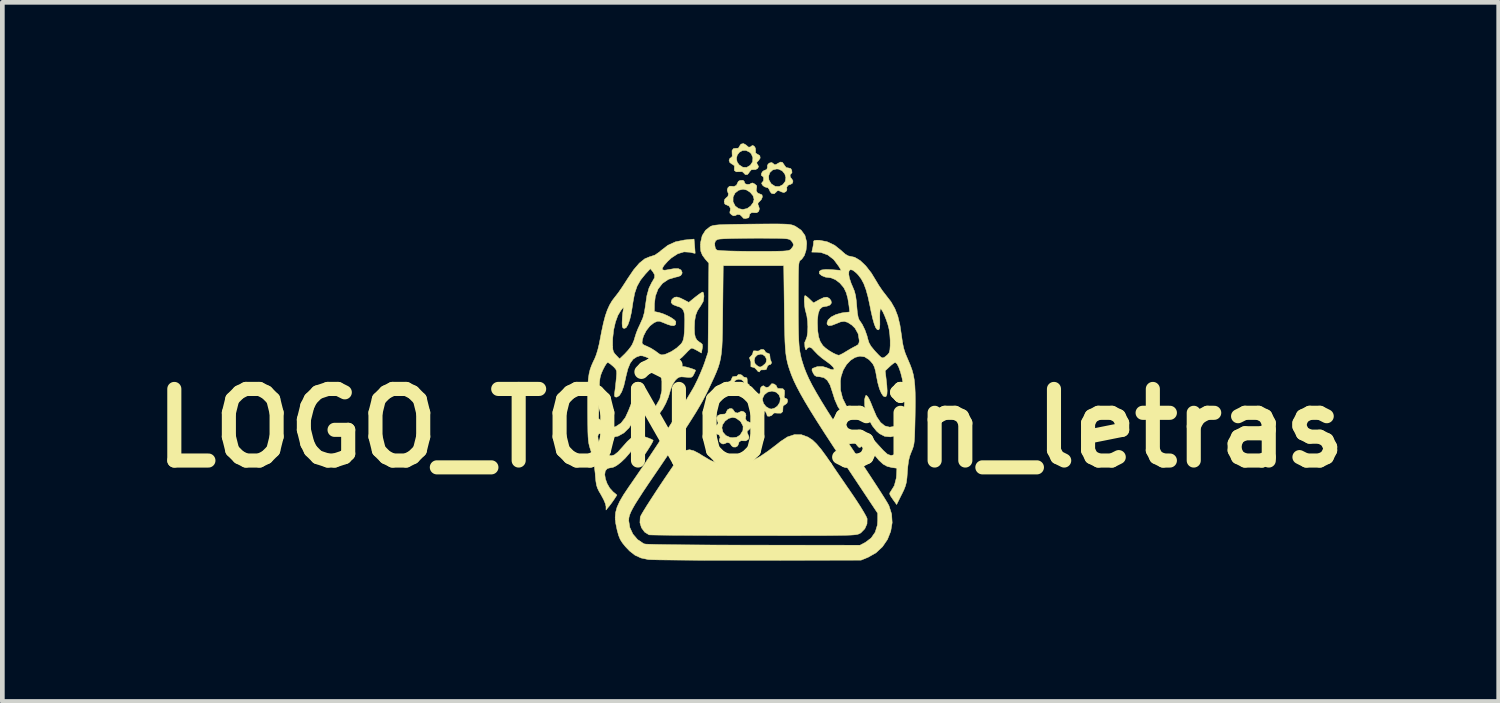
<source format=kicad_pcb>
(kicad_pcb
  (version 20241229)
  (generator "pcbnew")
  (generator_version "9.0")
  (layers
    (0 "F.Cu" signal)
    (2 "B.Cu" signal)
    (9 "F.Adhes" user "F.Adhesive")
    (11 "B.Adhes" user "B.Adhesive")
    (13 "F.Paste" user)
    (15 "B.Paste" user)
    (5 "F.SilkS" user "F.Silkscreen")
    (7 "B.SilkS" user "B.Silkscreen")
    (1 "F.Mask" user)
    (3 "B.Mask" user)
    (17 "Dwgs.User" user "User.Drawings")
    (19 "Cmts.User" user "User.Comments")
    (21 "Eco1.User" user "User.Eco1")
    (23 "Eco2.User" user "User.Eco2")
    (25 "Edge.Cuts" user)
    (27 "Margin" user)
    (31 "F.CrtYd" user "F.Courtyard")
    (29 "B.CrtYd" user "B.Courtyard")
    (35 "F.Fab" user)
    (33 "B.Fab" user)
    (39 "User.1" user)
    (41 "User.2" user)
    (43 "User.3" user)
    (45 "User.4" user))
  (footprint "LOGO_TOÑO_sin_letras"
    (layer "F.Cu")
    (at 12.925 6.063)
    (property "Reference" "LOGO_TOÑO_sin_letras" (at 0 0 0) (layer "F.SilkS") (effects (font (size 1.524 1.524) (thickness 0.3))))
    (attr through_hole)
    (fp_poly (pts (xy -1.438 -0.709) (xy -1.443 -0.681) (xy -1.472 -0.636) (xy -1.512 -0.59) (xy -1.551 -0.558) (xy -1.57 -0.553) (xy -1.601 -0.582) (xy -1.595 -0.626) (xy -1.557 -0.669) (xy -1.525 -0.687) (xy -1.47 -0.706) (xy -1.439 -0.71) (xy -1.438 -0.709)) (stroke (width 0.01) (type solid)) (fill yes) (layer "F.SilkS"))
    (fp_poly (pts (xy 0.271 -1.675) (xy 0.302 -1.654) (xy 0.305 -1.642) (xy 0.327 -1.61) (xy 0.362 -1.597) (xy 0.406 -1.578) (xy 0.413 -1.529) (xy 0.413 -1.528) (xy 0.419 -1.467) (xy 0.434 -1.434) (xy 0.449 -1.388) (xy 0.423 -1.354) (xy 0.394 -1.348) (xy 0.364 -1.326) (xy 0.351 -1.29) (xy 0.335 -1.249) (xy 0.292 -1.24) (xy 0.273 -1.241) (xy 0.223 -1.239) (xy 0.203 -1.222) (xy 0.19 -1.196) (xy 0.16 -1.206) (xy 0.127 -1.246) (xy 0.084 -1.287) (xy 0.047 -1.297) (xy 0.008 -1.307) (xy 0.007 -1.347) (xy 0.008 -1.35) (xy 0.007 -1.416) (xy -0.003 -1.441) (xy 0.078 -1.441) (xy 0.095 -1.375) (xy 0.133 -1.336) (xy 0.179 -1.306) (xy 0.207 -1.3) (xy 0.245 -1.317) (xy 0.255 -1.323) (xy 0.307 -1.367) (xy 0.332 -1.401) (xy 0.341 -1.464) (xy 0.313 -1.526) (xy 0.259 -1.568) (xy 0.217 -1.576) (xy 0.144 -1.556) (xy 0.095 -1.507) (xy 0.078 -1.441) (xy -0.003 -1.441) (xy -0.008 -1.454) (xy -0.024 -1.496) (xy -0.000363 -1.524) (xy 0.006 -1.528) (xy 0.043 -1.573) (xy 0.051 -1.606) (xy 0.06 -1.643) (xy 0.096 -1.646) (xy 0.113 -1.643) (xy 0.165 -1.64) (xy 0.191 -1.653) (xy 0.226 -1.675) (xy 0.271 -1.675)) (stroke (width 0.01) (type solid)) (fill yes) (layer "F.SilkS"))
    (fp_poly (pts (xy -0.182 -1.127) (xy -0.172 -1.112) (xy -0.141 -1.086) (xy -0.112 -1.081) (xy -0.077 -1.069) (xy -0.07 -1.026) (xy -0.071 -1.011) (xy -0.068 -0.96) (xy -0.052 -0.941) (xy -0.028 -0.924) (xy -0.031 -0.889) (xy -0.057 -0.858) (xy -0.065 -0.855) (xy -0.095 -0.821) (xy -0.097 -0.795) (xy -0.107 -0.758) (xy -0.143 -0.749) (xy -0.206 -0.734) (xy -0.235 -0.718) (xy -0.27 -0.702) (xy -0.307 -0.726) (xy -0.316 -0.736) (xy -0.362 -0.768) (xy -0.396 -0.771) (xy -0.423 -0.776) (xy -0.432 -0.822) (xy -0.432 -0.836) (xy -0.439 -0.891) (xy -0.445 -0.899) (xy -0.38 -0.899) (xy -0.359 -0.859) (xy -0.334 -0.836) (xy -0.281 -0.799) (xy -0.244 -0.793) (xy -0.197 -0.818) (xy -0.184 -0.828) (xy -0.141 -0.878) (xy -0.127 -0.926) (xy -0.147 -0.993) (xy -0.195 -1.032) (xy -0.258 -1.042) (xy -0.319 -1.021) (xy -0.363 -0.968) (xy -0.368 -0.957) (xy -0.38 -0.899) (xy -0.445 -0.899) (xy -0.457 -0.915) (xy -0.458 -0.915) (xy -0.48 -0.936) (xy -0.483 -0.953) (xy -0.464 -0.987) (xy -0.447 -0.992) (xy -0.415 -1.013) (xy -0.402 -1.049) (xy -0.382 -1.093) (xy -0.337 -1.1) (xy -0.292 -1.105) (xy -0.28 -1.119) (xy -0.261 -1.14) (xy -0.22 -1.142) (xy -0.182 -1.127)) (stroke (width 0.01) (type solid)) (fill yes) (layer "F.SilkS"))
    (fp_poly (pts (xy -0.097 -6.028) (xy -0.092 -6.023) (xy -0.04 -5.98) (xy 0.001 -5.986) (xy 0.013 -6) (xy 0.044 -6.018) (xy 0.078 -6.001) (xy 0.104 -5.96) (xy 0.108 -5.911) (xy 0.108 -5.858) (xy 0.141 -5.833) (xy 0.148 -5.831) (xy 0.198 -5.799) (xy 0.206 -5.749) (xy 0.171 -5.696) (xy 0.167 -5.692) (xy 0.133 -5.656) (xy 0.139 -5.624) (xy 0.15 -5.609) (xy 0.171 -5.568) (xy 0.152 -5.529) (xy 0.107 -5.503) (xy 0.079 -5.503) (xy 0.018 -5.5) (xy -0.026 -5.45) (xy -0.033 -5.435) (xy -0.067 -5.397) (xy -0.111 -5.396) (xy -0.144 -5.431) (xy -0.176 -5.46) (xy -0.227 -5.458) (xy -0.303 -5.456) (xy -0.344 -5.484) (xy -0.344 -5.539) (xy -0.344 -5.54) (xy -0.342 -5.584) (xy -0.379 -5.613) (xy -0.392 -5.618) (xy -0.441 -5.654) (xy -0.457 -5.702) (xy -0.44 -5.74) (xy -0.3 -5.74) (xy -0.284 -5.662) (xy -0.243 -5.605) (xy -0.163 -5.553) (xy -0.081 -5.55) (xy -0.005 -5.595) (xy 0.044 -5.67) (xy 0.05 -5.757) (xy 0.016 -5.839) (xy -0.018 -5.873) (xy -0.097 -5.911) (xy -0.173 -5.908) (xy -0.237 -5.872) (xy -0.282 -5.813) (xy -0.3 -5.74) (xy -0.44 -5.74) (xy -0.437 -5.744) (xy -0.417 -5.756) (xy -0.389 -5.785) (xy -0.392 -5.838) (xy -0.394 -5.908) (xy -0.362 -5.951) (xy -0.305 -5.957) (xy -0.303 -5.956) (xy -0.257 -5.96) (xy -0.238 -5.995) (xy -0.204 -6.045) (xy -0.151 -6.058) (xy -0.097 -6.028)) (stroke (width 0.01) (type solid)) (fill yes) (layer "F.SilkS"))
    (fp_poly (pts (xy 0.5 -0.94) (xy 0.502 -0.939) (xy 0.546 -0.907) (xy 0.559 -0.876) (xy 0.578 -0.845) (xy 0.617 -0.843) (xy 0.689 -0.839) (xy 0.723 -0.802) (xy 0.724 -0.728) (xy 0.723 -0.723) (xy 0.716 -0.663) (xy 0.73 -0.638) (xy 0.747 -0.636) (xy 0.781 -0.617) (xy 0.79 -0.576) (xy 0.775 -0.531) (xy 0.738 -0.501) (xy 0.735 -0.501) (xy 0.694 -0.473) (xy 0.69 -0.428) (xy 0.686 -0.354) (xy 0.649 -0.319) (xy 0.576 -0.319) (xy 0.574 -0.319) (xy 0.51 -0.324) (xy 0.479 -0.303) (xy 0.475 -0.295) (xy 0.446 -0.268) (xy 0.401 -0.253) (xy 0.362 -0.256) (xy 0.353 -0.267) (xy 0.346 -0.299) (xy 0.317 -0.355) (xy 0.265 -0.37) (xy 0.249 -0.367) (xy 0.195 -0.368) (xy 0.168 -0.41) (xy 0.17 -0.486) (xy 0.17 -0.488) (xy 0.171 -0.547) (xy 0.143 -0.574) (xy 0.112 -0.605) (xy 0.254 -0.605) (xy 0.276 -0.526) (xy 0.331 -0.457) (xy 0.403 -0.414) (xy 0.445 -0.407) (xy 0.508 -0.424) (xy 0.571 -0.467) (xy 0.573 -0.469) (xy 0.624 -0.549) (xy 0.634 -0.633) (xy 0.606 -0.709) (xy 0.547 -0.765) (xy 0.46 -0.788) (xy 0.453 -0.788) (xy 0.364 -0.767) (xy 0.294 -0.711) (xy 0.257 -0.634) (xy 0.254 -0.605) (xy 0.112 -0.605) (xy 0.109 -0.607) (xy 0.101 -0.655) (xy 0.118 -0.697) (xy 0.153 -0.712) (xy 0.192 -0.722) (xy 0.207 -0.762) (xy 0.205 -0.816) (xy 0.216 -0.86) (xy 0.246 -0.893) (xy 0.278 -0.902) (xy 0.292 -0.891) (xy 0.332 -0.866) (xy 0.383 -0.874) (xy 0.422 -0.912) (xy 0.422 -0.913) (xy 0.451 -0.946) (xy 0.5 -0.94)) (stroke (width 0.01) (type solid)) (fill yes) (layer "F.SilkS"))
    (fp_poly (pts (xy 0.678 -5.658) (xy 0.712 -5.611) (xy 0.718 -5.6) (xy 0.758 -5.547) (xy 0.806 -5.538) (xy 0.856 -5.526) (xy 0.878 -5.488) (xy 0.883 -5.437) (xy 0.868 -5.421) (xy 0.842 -5.391) (xy 0.847 -5.344) (xy 0.879 -5.303) (xy 0.904 -5.261) (xy 0.893 -5.215) (xy 0.852 -5.188) (xy 0.839 -5.187) (xy 0.795 -5.167) (xy 0.77 -5.124) (xy 0.775 -5.086) (xy 0.769 -5.055) (xy 0.749 -5.033) (xy 0.71 -5.014) (xy 0.661 -5.028) (xy 0.645 -5.036) (xy 0.595 -5.057) (xy 0.565 -5.047) (xy 0.548 -5.027) (xy 0.504 -4.988) (xy 0.455 -4.995) (xy 0.442 -5.003) (xy 0.413 -5.042) (xy 0.403 -5.072) (xy 0.373 -5.115) (xy 0.343 -5.123) (xy 0.298 -5.137) (xy 0.259 -5.168) (xy 0.237 -5.204) (xy 0.244 -5.229) (xy 0.249 -5.232) (xy 0.272 -5.259) (xy 0.279 -5.306) (xy 0.272 -5.349) (xy 0.252 -5.365) (xy 0.25 -5.367) (xy 0.385 -5.367) (xy 0.392 -5.283) (xy 0.438 -5.204) (xy 0.444 -5.198) (xy 0.525 -5.146) (xy 0.612 -5.143) (xy 0.689 -5.184) (xy 0.74 -5.253) (xy 0.752 -5.333) (xy 0.729 -5.411) (xy 0.676 -5.476) (xy 0.599 -5.513) (xy 0.557 -5.517) (xy 0.472 -5.496) (xy 0.413 -5.442) (xy 0.385 -5.367) (xy 0.25 -5.367) (xy 0.229 -5.381) (xy 0.232 -5.418) (xy 0.254 -5.459) (xy 0.29 -5.485) (xy 0.299 -5.487) (xy 0.346 -5.506) (xy 0.361 -5.553) (xy 0.358 -5.586) (xy 0.375 -5.621) (xy 0.403 -5.643) (xy 0.452 -5.654) (xy 0.484 -5.631) (xy 0.513 -5.606) (xy 0.547 -5.614) (xy 0.575 -5.631) (xy 0.637 -5.664) (xy 0.678 -5.658)) (stroke (width 0.01) (type solid)) (fill yes) (layer "F.SilkS"))
    (fp_poly (pts (xy -0.395 -0.415) (xy -0.364 -0.385) (xy -0.363 -0.381) (xy -0.331 -0.336) (xy -0.279 -0.321) (xy -0.231 -0.341) (xy -0.227 -0.345) (xy -0.187 -0.362) (xy -0.14 -0.346) (xy -0.104 -0.311) (xy -0.096 -0.267) (xy -0.1 -0.257) (xy -0.108 -0.198) (xy -0.079 -0.148) (xy -0.024 -0.127) (xy -0.024 -0.127) (xy 0.015 -0.109) (xy 0.026 -0.065) (xy 0.01 -0.013) (xy -0.032 0.032) (xy -0.07 0.063) (xy -0.071 0.097) (xy -0.053 0.136) (xy -0.031 0.189) (xy -0.041 0.228) (xy -0.052 0.242) (xy -0.101 0.271) (xy -0.134 0.27) (xy -0.204 0.268) (xy -0.246 0.298) (xy -0.254 0.331) (xy -0.274 0.378) (xy -0.319 0.403) (xy -0.37 0.401) (xy -0.408 0.371) (xy -0.414 0.356) (xy -0.446 0.316) (xy -0.499 0.306) (xy -0.549 0.33) (xy -0.586 0.339) (xy -0.629 0.32) (xy -0.662 0.285) (xy -0.666 0.249) (xy -0.662 0.242) (xy -0.646 0.192) (xy -0.67 0.145) (xy -0.72 0.122) (xy -0.769 0.096) (xy -0.784 0.046) (xy -0.768 -0.006) (xy -0.61 -0.006) (xy -0.587 0.086) (xy -0.525 0.157) (xy -0.435 0.198) (xy -0.381 0.203) (xy -0.296 0.193) (xy -0.232 0.154) (xy -0.215 0.136) (xy -0.162 0.049) (xy -0.158 -0.042) (xy -0.205 -0.131) (xy -0.227 -0.155) (xy -0.312 -0.215) (xy -0.381 -0.229) (xy -0.466 -0.207) (xy -0.542 -0.15) (xy -0.595 -0.073) (xy -0.61 -0.006) (xy -0.768 -0.006) (xy -0.766 -0.013) (xy -0.733 -0.05) (xy -0.694 -0.09) (xy -0.692 -0.125) (xy -0.706 -0.151) (xy -0.723 -0.215) (xy -0.697 -0.267) (xy -0.635 -0.294) (xy -0.6 -0.296) (xy -0.542 -0.301) (xy -0.517 -0.33) (xy -0.513 -0.347) (xy -0.489 -0.391) (xy -0.443 -0.416) (xy -0.395 -0.415)) (stroke (width 0.01) (type solid)) (fill yes) (layer "F.SilkS"))
    (fp_poly (pts (xy -0.129 -5.244) (xy -0.127 -5.223) (xy -0.107 -5.197) (xy -0.06 -5.187) (xy -0.012 -5.194) (xy 0.013 -5.212) (xy 0.044 -5.219) (xy 0.09 -5.196) (xy 0.132 -5.158) (xy 0.131 -5.119) (xy 0.129 -5.115) (xy 0.121 -5.057) (xy 0.149 -5.006) (xy 0.202 -4.983) (xy 0.204 -4.983) (xy 0.244 -4.966) (xy 0.253 -4.923) (xy 0.232 -4.869) (xy 0.197 -4.83) (xy 0.159 -4.791) (xy 0.159 -4.755) (xy 0.172 -4.73) (xy 0.189 -4.669) (xy 0.174 -4.615) (xy 0.133 -4.585) (xy 0.097 -4.585) (xy 0.025 -4.588) (xy -0.017 -4.558) (xy -0.025 -4.523) (xy -0.036 -4.483) (xy -0.049 -4.475) (xy -0.092 -4.466) (xy -0.11 -4.46) (xy -0.152 -4.468) (xy -0.177 -4.498) (xy -0.223 -4.542) (xy -0.282 -4.548) (xy -0.32 -4.526) (xy -0.361 -4.519) (xy -0.402 -4.54) (xy -0.44 -4.578) (xy -0.437 -4.618) (xy -0.432 -4.627) (xy -0.428 -4.681) (xy -0.459 -4.729) (xy -0.514 -4.754) (xy -0.523 -4.755) (xy -0.55 -4.775) (xy -0.559 -4.82) (xy -0.559 -4.822) (xy -0.372 -4.822) (xy -0.371 -4.817) (xy -0.326 -4.728) (xy -0.253 -4.673) (xy -0.164 -4.654) (xy -0.072 -4.675) (xy 0.002 -4.727) (xy 0.056 -4.8) (xy 0.076 -4.869) (xy 0.054 -4.947) (xy -0.005 -5.018) (xy -0.084 -5.069) (xy -0.159 -5.085) (xy -0.255 -5.063) (xy -0.329 -5.004) (xy -0.371 -4.92) (xy -0.372 -4.822) (xy -0.559 -4.822) (xy -0.55 -4.868) (xy -0.523 -4.897) (xy -0.48 -4.935) (xy -0.47 -4.99) (xy -0.484 -5.023) (xy -0.497 -5.068) (xy -0.481 -5.117) (xy -0.447 -5.149) (xy -0.414 -5.15) (xy -0.352 -5.144) (xy -0.3 -5.168) (xy -0.28 -5.211) (xy -0.258 -5.254) (xy -0.224 -5.272) (xy -0.159 -5.276) (xy -0.129 -5.244)) (stroke (width 0.01) (type solid)) (fill yes) (layer "F.SilkS"))
    (fp_poly (pts (xy 1.081 0.139) (xy 1.224 0.191) (xy 1.322 0.256) (xy 1.406 0.337) (xy 1.507 0.457) (xy 1.619 0.61) (xy 1.65 0.655) (xy 1.731 0.773) (xy 1.831 0.921) (xy 1.943 1.084) (xy 2.057 1.25) (xy 2.159 1.398) (xy 2.255 1.541) (xy 2.34 1.672) (xy 2.408 1.784) (xy 2.457 1.871) (xy 2.481 1.924) (xy 2.482 1.929) (xy 2.479 2.037) (xy 2.433 2.141) (xy 2.352 2.225) (xy 2.333 2.238) (xy 2.317 2.246) (xy 2.299 2.254) (xy 2.275 2.261) (xy 2.242 2.267) (xy 2.197 2.272) (xy 2.136 2.276) (xy 2.056 2.279) (xy 1.954 2.281) (xy 1.826 2.283) (xy 1.67 2.285) (xy 1.481 2.286) (xy 1.257 2.286) (xy 0.995 2.287) (xy 0.69 2.287) (xy 0.34 2.286) (xy 0.064 2.286) (xy -0.266 2.286) (xy -0.581 2.285) (xy -0.879 2.284) (xy -1.155 2.283) (xy -1.405 2.281) (xy -1.626 2.28) (xy -1.814 2.278) (xy -1.965 2.276) (xy -2.076 2.274) (xy -2.143 2.272) (xy -2.161 2.27) (xy -2.254 2.212) (xy -2.321 2.12) (xy -2.354 2.012) (xy -2.348 1.9) (xy -2.342 1.88) (xy -2.32 1.836) (xy -2.273 1.757) (xy -2.207 1.65) (xy -2.124 1.521) (xy -2.031 1.378) (xy -1.931 1.226) (xy -1.829 1.074) (xy -1.729 0.927) (xy -1.637 0.792) (xy -1.555 0.676) (xy -1.49 0.586) (xy -1.446 0.529) (xy -1.432 0.515) (xy -1.367 0.471) (xy -1.294 0.46) (xy -1.207 0.482) (xy -1.097 0.539) (xy -1.025 0.585) (xy -0.856 0.685) (xy -0.7 0.749) (xy -0.54 0.78) (xy -0.36 0.784) (xy -0.343 0.783) (xy -0.205 0.768) (xy -0.073 0.735) (xy 0.062 0.681) (xy 0.206 0.602) (xy 0.367 0.493) (xy 0.552 0.353) (xy 0.634 0.287) (xy 0.786 0.187) (xy 0.935 0.138) (xy 1.081 0.139)) (stroke (width 0.01) (type solid)) (fill yes) (layer "F.SilkS"))
    (fp_poly (pts (xy 0.579 -4.346) (xy 0.687 -4.344) (xy 0.768 -4.341) (xy 0.828 -4.335) (xy 0.873 -4.327) (xy 0.908 -4.317) (xy 0.941 -4.303) (xy 0.956 -4.296) (xy 1.079 -4.212) (xy 1.158 -4.103) (xy 1.193 -3.967) (xy 1.195 -3.922) (xy 1.182 -3.787) (xy 1.146 -3.675) (xy 1.091 -3.597) (xy 1.07 -3.58) (xy 1.056 -3.57) (xy 1.045 -3.556) (xy 1.036 -3.532) (xy 1.029 -3.494) (xy 1.024 -3.436) (xy 1.021 -3.353) (xy 1.019 -3.241) (xy 1.018 -3.093) (xy 1.017 -2.905) (xy 1.017 -2.672) (xy 1.017 -2.652) (xy 1.017 -2.396) (xy 1.019 -2.185) (xy 1.022 -2.011) (xy 1.027 -1.868) (xy 1.035 -1.749) (xy 1.047 -1.649) (xy 1.063 -1.56) (xy 1.083 -1.476) (xy 1.109 -1.39) (xy 1.14 -1.296) (xy 1.141 -1.292) (xy 1.184 -1.181) (xy 1.239 -1.057) (xy 1.31 -0.917) (xy 1.399 -0.758) (xy 1.507 -0.575) (xy 1.636 -0.366) (xy 1.789 -0.127) (xy 1.968 0.146) (xy 2.175 0.457) (xy 2.182 0.467) (xy 2.322 0.677) (xy 2.456 0.88) (xy 2.58 1.069) (xy 2.692 1.24) (xy 2.787 1.388) (xy 2.863 1.508) (xy 2.917 1.597) (xy 2.945 1.648) (xy 2.946 1.649) (xy 3.003 1.828) (xy 3.015 2.013) (xy 2.984 2.196) (xy 2.915 2.369) (xy 2.809 2.524) (xy 2.671 2.653) (xy 2.504 2.748) (xy 2.497 2.751) (xy 2.352 2.81) (xy 0.165 2.813) (xy -0.168 2.813) (xy -0.489 2.813) (xy -0.794 2.813) (xy -1.08 2.812) (xy -1.341 2.81) (xy -1.575 2.808) (xy -1.776 2.806) (xy -1.942 2.804) (xy -2.068 2.801) (xy -2.149 2.798) (xy -2.178 2.796) (xy -2.33 2.764) (xy -2.457 2.706) (xy -2.574 2.615) (xy -2.659 2.526) (xy -2.727 2.442) (xy -2.773 2.369) (xy -2.807 2.286) (xy -2.838 2.174) (xy -2.841 2.161) (xy -2.869 2.026) (xy -2.875 1.967) (xy -2.593 1.967) (xy -2.569 2.115) (xy -2.504 2.255) (xy -2.404 2.372) (xy -2.28 2.455) (xy -2.259 2.464) (xy -2.224 2.469) (xy -2.14 2.472) (xy -2.011 2.476) (xy -1.838 2.479) (xy -1.626 2.482) (xy -1.375 2.484) (xy -1.09 2.486) (xy -0.772 2.488) (xy -0.424 2.489) (xy -0.048 2.49) (xy 0.066 2.49) (xy 2.331 2.492) (xy 2.443 2.433) (xy 2.567 2.34) (xy 2.654 2.215) (xy 2.7 2.064) (xy 2.707 1.969) (xy 2.707 1.812) (xy 1.965 0.696) (xy 1.752 0.374) (xy 1.567 0.09) (xy 1.407 -0.16) (xy 1.271 -0.378) (xy 1.157 -0.568) (xy 1.063 -0.733) (xy 0.986 -0.878) (xy 0.925 -1.004) (xy 0.878 -1.115) (xy 0.867 -1.144) (xy 0.833 -1.239) (xy 0.805 -1.324) (xy 0.783 -1.407) (xy 0.765 -1.494) (xy 0.751 -1.591) (xy 0.741 -1.705) (xy 0.733 -1.842) (xy 0.728 -2.009) (xy 0.723 -2.212) (xy 0.72 -2.457) (xy 0.719 -2.536) (xy 0.707 -3.458) (xy -0.581 -3.458) (xy -0.591 -2.511) (xy -0.594 -2.253) (xy -0.597 -2.038) (xy -0.602 -1.861) (xy -0.609 -1.715) (xy -0.621 -1.591) (xy -0.637 -1.485) (xy -0.659 -1.388) (xy -0.688 -1.294) (xy -0.726 -1.196) (xy -0.773 -1.087) (xy -0.832 -0.961) (xy -0.865 -0.89) (xy -0.915 -0.784) (xy -0.968 -0.679) (xy -1.025 -0.572) (xy -1.09 -0.458) (xy -1.165 -0.332) (xy -1.253 -0.192) (xy -1.356 -0.031) (xy -1.478 0.154) (xy -1.62 0.366) (xy -1.785 0.611) (xy -1.976 0.893) (xy -2.017 0.953) (xy -2.164 1.169) (xy -2.284 1.348) (xy -2.379 1.495) (xy -2.454 1.613) (xy -2.509 1.709) (xy -2.548 1.785) (xy -2.573 1.848) (xy -2.587 1.9) (xy -2.593 1.948) (xy -2.593 1.967) (xy -2.875 1.967) (xy -2.881 1.907) (xy -2.872 1.796) (xy -2.841 1.683) (xy -2.785 1.56) (xy -2.702 1.418) (xy -2.588 1.248) (xy -2.56 1.208) (xy -2.435 1.027) (xy -2.299 0.828) (xy -2.157 0.616) (xy -2.011 0.397) (xy -1.867 0.177) (xy -1.726 -0.039) (xy -1.594 -0.244) (xy -1.473 -0.434) (xy -1.368 -0.602) (xy -1.282 -0.744) (xy -1.218 -0.853) (xy -1.191 -0.903) (xy -1.125 -1.037) (xy -1.061 -1.182) (xy -1.006 -1.316) (xy -0.976 -1.398) (xy -0.904 -1.615) (xy -0.895 -2.563) (xy -0.887 -3.511) (xy -0.964 -3.599) (xy -1.025 -3.682) (xy -1.058 -3.765) (xy -1.067 -3.867) (xy -1.065 -3.905) (xy -0.763 -3.905) (xy -0.748 -3.825) (xy -0.718 -3.79) (xy -0.679 -3.783) (xy -0.593 -3.776) (xy -0.464 -3.771) (xy -0.296 -3.767) (xy -0.092 -3.764) (xy 0.07 -3.764) (xy 0.284 -3.764) (xy 0.454 -3.764) (xy 0.584 -3.766) (xy 0.68 -3.768) (xy 0.749 -3.773) (xy 0.797 -3.779) (xy 0.828 -3.788) (xy 0.849 -3.8) (xy 0.864 -3.814) (xy 0.902 -3.864) (xy 0.915 -3.903) (xy 0.898 -3.948) (xy 0.864 -3.992) (xy 0.847 -4.007) (xy 0.825 -4.018) (xy 0.792 -4.027) (xy 0.743 -4.033) (xy 0.671 -4.038) (xy 0.57 -4.041) (xy 0.434 -4.042) (xy 0.259 -4.043) (xy 0.091 -4.043) (xy -0.107 -4.042) (xy -0.286 -4.039) (xy -0.442 -4.036) (xy -0.567 -4.031) (xy -0.654 -4.025) (xy -0.697 -4.018) (xy -0.698 -4.018) (xy -0.744 -3.989) (xy -0.761 -3.94) (xy -0.763 -3.905) (xy -1.065 -3.905) (xy -1.063 -3.951) (xy -1.029 -4.097) (xy -0.956 -4.213) (xy -0.856 -4.291) (xy -0.828 -4.303) (xy -0.792 -4.313) (xy -0.741 -4.321) (xy -0.67 -4.328) (xy -0.573 -4.332) (xy -0.444 -4.336) (xy -0.279 -4.339) (xy -0.071 -4.342) (xy 0.034 -4.343) (xy 0.258 -4.345) (xy 0.438 -4.346) (xy 0.579 -4.346)) (stroke (width 0.01) (type solid)) (fill yes) (layer "F.SilkS"))
    (fp_poly (pts (xy 1.467 -3.999) (xy 1.629 -3.968) (xy 1.789 -3.893) (xy 1.933 -3.778) (xy 1.946 -3.765) (xy 2.019 -3.701) (xy 2.082 -3.666) (xy 2.105 -3.661) (xy 2.216 -3.637) (xy 2.334 -3.567) (xy 2.453 -3.454) (xy 2.571 -3.303) (xy 2.662 -3.153) (xy 2.729 -3.041) (xy 2.807 -2.926) (xy 2.88 -2.831) (xy 2.885 -2.825) (xy 2.991 -2.687) (xy 3.073 -2.543) (xy 3.135 -2.383) (xy 3.18 -2.196) (xy 3.214 -1.97) (xy 3.214 -1.969) (xy 3.235 -1.82) (xy 3.26 -1.701) (xy 3.295 -1.59) (xy 3.347 -1.467) (xy 3.352 -1.456) (xy 3.399 -1.345) (xy 3.437 -1.242) (xy 3.465 -1.14) (xy 3.485 -1.029) (xy 3.498 -0.902) (xy 3.505 -0.752) (xy 3.507 -0.569) (xy 3.505 -0.346) (xy 3.504 -0.272) (xy 3.5 -0.079) (xy 3.496 0.071) (xy 3.492 0.186) (xy 3.486 0.272) (xy 3.478 0.337) (xy 3.466 0.39) (xy 3.451 0.437) (xy 3.431 0.487) (xy 3.424 0.502) (xy 3.388 0.598) (xy 3.364 0.697) (xy 3.348 0.818) (xy 3.339 0.93) (xy 3.33 1.056) (xy 3.318 1.15) (xy 3.298 1.228) (xy 3.266 1.31) (xy 3.217 1.412) (xy 3.216 1.412) (xy 3.11 1.626) (xy 3.027 1.511) (xy 2.981 1.443) (xy 2.962 1.401) (xy 2.968 1.371) (xy 2.982 1.352) (xy 3.061 1.224) (xy 3.102 1.065) (xy 3.108 1.001) (xy 3.115 0.853) (xy 3.01 0.838) (xy 2.909 0.814) (xy 2.821 0.765) (xy 2.733 0.683) (xy 2.678 0.618) (xy 2.576 0.497) (xy 2.496 0.411) (xy 2.441 0.365) (xy 2.419 0.356) (xy 2.382 0.372) (xy 2.355 0.394) (xy 2.327 0.414) (xy 2.3 0.404) (xy 2.261 0.359) (xy 2.252 0.347) (xy 2.211 0.288) (xy 2.188 0.244) (xy 2.187 0.235) (xy 2.209 0.207) (xy 2.268 0.181) (xy 2.346 0.161) (xy 2.43 0.153) (xy 2.435 0.153) (xy 2.476 0.156) (xy 2.514 0.169) (xy 2.559 0.198) (xy 2.614 0.247) (xy 2.687 0.323) (xy 2.785 0.43) (xy 2.829 0.478) (xy 2.914 0.555) (xy 2.99 0.583) (xy 3.063 0.564) (xy 3.116 0.522) (xy 3.172 0.449) (xy 3.224 0.351) (xy 3.263 0.251) (xy 3.28 0.168) (xy 3.28 0.163) (xy 3.277 0.116) (xy 3.273 0.102) (xy 3.247 0.109) (xy 3.187 0.13) (xy 3.119 0.153) (xy 2.978 0.186) (xy 2.856 0.174) (xy 2.745 0.117) (xy 2.682 0.062) (xy 2.592 -0.051) (xy 2.517 -0.187) (xy 2.462 -0.334) (xy 2.43 -0.478) (xy 2.428 -0.604) (xy 2.436 -0.644) (xy 2.451 -0.692) (xy 2.469 -0.696) (xy 2.495 -0.669) (xy 2.522 -0.624) (xy 2.558 -0.546) (xy 2.597 -0.449) (xy 2.608 -0.421) (xy 2.683 -0.246) (xy 2.767 -0.122) (xy 2.859 -0.047) (xy 2.961 -0.021) (xy 3.051 -0.035) (xy 3.145 -0.091) (xy 3.215 -0.191) (xy 3.258 -0.333) (xy 3.277 -0.519) (xy 3.271 -0.749) (xy 3.27 -0.773) (xy 3.252 -0.922) (xy 3.226 -1.064) (xy 3.193 -1.192) (xy 3.156 -1.295) (xy 3.119 -1.367) (xy 3.083 -1.398) (xy 3.078 -1.398) (xy 3.047 -1.382) (xy 2.995 -1.341) (xy 2.96 -1.309) (xy 2.866 -1.22) (xy 2.885 -1.062) (xy 2.902 -0.906) (xy 2.908 -0.795) (xy 2.904 -0.722) (xy 2.889 -0.681) (xy 2.866 -0.666) (xy 2.826 -0.683) (xy 2.785 -0.743) (xy 2.744 -0.839) (xy 2.709 -0.965) (xy 2.684 -1.09) (xy 2.662 -1.212) (xy 2.638 -1.299) (xy 2.605 -1.365) (xy 2.556 -1.424) (xy 2.519 -1.461) (xy 2.428 -1.518) (xy 2.328 -1.532) (xy 2.227 -1.506) (xy 2.13 -1.445) (xy 2.044 -1.354) (xy 1.974 -1.238) (xy 1.928 -1.102) (xy 1.913 -1.005) (xy 1.916 -0.811) (xy 1.961 -0.632) (xy 2.048 -0.458) (xy 2.104 -0.363) (xy 2.129 -0.302) (xy 2.126 -0.268) (xy 2.095 -0.255) (xy 2.077 -0.254) (xy 2.004 -0.279) (xy 1.93 -0.349) (xy 1.859 -0.459) (xy 1.795 -0.604) (xy 1.742 -0.771) (xy 1.694 -0.917) (xy 1.635 -1.017) (xy 1.564 -1.074) (xy 1.476 -1.093) (xy 1.473 -1.093) (xy 1.403 -1.1) (xy 1.361 -1.127) (xy 1.333 -1.173) (xy 1.308 -1.23) (xy 1.311 -1.261) (xy 1.326 -1.274) (xy 1.423 -1.31) (xy 1.534 -1.312) (xy 1.618 -1.287) (xy 1.71 -1.25) (xy 1.764 -1.243) (xy 1.78 -1.261) (xy 1.758 -1.301) (xy 1.699 -1.359) (xy 1.612 -1.424) (xy 1.519 -1.492) (xy 1.433 -1.566) (xy 1.371 -1.63) (xy 1.368 -1.633) (xy 1.303 -1.703) (xy 1.251 -1.726) (xy 1.211 -1.704) (xy 1.198 -1.685) (xy 1.181 -1.665) (xy 1.168 -1.684) (xy 1.157 -1.734) (xy 1.153 -1.823) (xy 1.18 -1.886) (xy 1.202 -1.947) (xy 1.216 -2.043) (xy 1.22 -2.159) (xy 1.214 -2.279) (xy 1.199 -2.388) (xy 1.182 -2.454) (xy 1.164 -2.522) (xy 1.151 -2.606) (xy 1.145 -2.693) (xy 1.145 -2.766) (xy 1.153 -2.813) (xy 1.162 -2.822) (xy 1.19 -2.806) (xy 1.238 -2.765) (xy 1.26 -2.744) (xy 1.341 -2.666) (xy 1.47 -2.738) (xy 1.562 -2.781) (xy 1.628 -2.788) (xy 1.679 -2.759) (xy 1.713 -2.715) (xy 1.722 -2.664) (xy 1.69 -2.62) (xy 1.628 -2.596) (xy 1.601 -2.593) (xy 1.525 -2.577) (xy 1.472 -2.527) (xy 1.44 -2.437) (xy 1.425 -2.305) (xy 1.424 -2.24) (xy 1.43 -2.073) (xy 1.449 -1.945) (xy 1.483 -1.845) (xy 1.536 -1.762) (xy 1.543 -1.754) (xy 1.597 -1.704) (xy 1.673 -1.649) (xy 1.757 -1.599) (xy 1.833 -1.563) (xy 1.88 -1.551) (xy 1.914 -1.564) (xy 1.976 -1.596) (xy 2.04 -1.635) (xy 2.124 -1.685) (xy 2.202 -1.728) (xy 2.244 -1.749) (xy 2.293 -1.78) (xy 2.312 -1.829) (xy 2.314 -1.869) (xy 2.291 -2.008) (xy 2.225 -2.127) (xy 2.158 -2.193) (xy 2.069 -2.251) (xy 1.995 -2.273) (xy 1.917 -2.262) (xy 1.831 -2.227) (xy 1.73 -2.188) (xy 1.664 -2.181) (xy 1.632 -2.208) (xy 1.627 -2.238) (xy 1.651 -2.304) (xy 1.717 -2.366) (xy 1.814 -2.416) (xy 1.935 -2.451) (xy 1.985 -2.459) (xy 2.111 -2.473) (xy 2.096 -2.603) (xy 2.071 -2.761) (xy 2.038 -2.881) (xy 1.992 -2.978) (xy 1.976 -3.002) (xy 1.899 -3.091) (xy 1.806 -3.161) (xy 1.714 -3.199) (xy 1.676 -3.204) (xy 1.593 -3.215) (xy 1.518 -3.245) (xy 1.47 -3.284) (xy 1.469 -3.287) (xy 2.089 -3.287) (xy 2.104 -3.196) (xy 2.143 -3.079) (xy 2.174 -3.008) (xy 2.211 -2.918) (xy 2.236 -2.823) (xy 2.252 -2.707) (xy 2.261 -2.601) (xy 2.274 -2.456) (xy 2.292 -2.357) (xy 2.314 -2.301) (xy 2.319 -2.296) (xy 2.378 -2.208) (xy 2.435 -2.091) (xy 2.48 -1.964) (xy 2.494 -1.907) (xy 2.519 -1.824) (xy 2.561 -1.747) (xy 2.631 -1.661) (xy 2.661 -1.627) (xy 2.731 -1.553) (xy 2.776 -1.511) (xy 2.808 -1.495) (xy 2.836 -1.5) (xy 2.863 -1.517) (xy 2.918 -1.563) (xy 2.95 -1.604) (xy 2.966 -1.662) (xy 2.973 -1.756) (xy 2.973 -1.87) (xy 2.965 -1.99) (xy 2.95 -2.1) (xy 2.947 -2.115) (xy 2.924 -2.204) (xy 2.891 -2.302) (xy 2.854 -2.396) (xy 2.817 -2.476) (xy 2.785 -2.528) (xy 2.768 -2.543) (xy 2.759 -2.519) (xy 2.753 -2.456) (xy 2.751 -2.366) (xy 2.752 -2.323) (xy 2.753 -2.2) (xy 2.746 -2.125) (xy 2.73 -2.093) (xy 2.728 -2.092) (xy 2.697 -2.097) (xy 2.666 -2.136) (xy 2.635 -2.212) (xy 2.601 -2.33) (xy 2.564 -2.493) (xy 2.545 -2.589) (xy 2.502 -2.79) (xy 2.458 -2.949) (xy 2.411 -3.075) (xy 2.357 -3.176) (xy 2.292 -3.262) (xy 2.249 -3.306) (xy 2.178 -3.362) (xy 2.127 -3.374) (xy 2.097 -3.348) (xy 2.089 -3.287) (xy 1.469 -3.287) (xy 1.465 -3.294) (xy 1.466 -3.339) (xy 1.512 -3.367) (xy 1.603 -3.378) (xy 1.728 -3.373) (xy 1.93 -3.358) (xy 1.879 -3.444) (xy 1.771 -3.589) (xy 1.644 -3.687) (xy 1.501 -3.738) (xy 1.423 -3.745) (xy 1.304 -3.747) (xy 1.326 -3.844) (xy 1.339 -3.915) (xy 1.342 -3.966) (xy 1.341 -3.972) (xy 1.354 -3.992) (xy 1.406 -4) (xy 1.467 -3.999)) (stroke (width 0.01) (type solid)) (fill yes) (layer "F.SilkS"))
    (fp_poly (pts (xy -1.189 -3.874) (xy -1.183 -3.794) (xy -1.179 -3.738) (xy -1.179 -3.72) (xy -1.203 -3.724) (xy -1.26 -3.737) (xy -1.288 -3.744) (xy -1.416 -3.752) (xy -1.549 -3.712) (xy -1.684 -3.624) (xy -1.76 -3.554) (xy -1.84 -3.465) (xy -1.877 -3.404) (xy -1.873 -3.37) (xy -1.828 -3.361) (xy -1.792 -3.366) (xy -1.703 -3.382) (xy -1.621 -3.396) (xy -1.538 -3.396) (xy -1.48 -3.367) (xy -1.456 -3.317) (xy -1.46 -3.286) (xy -1.488 -3.246) (xy -1.548 -3.223) (xy -1.59 -3.215) (xy -1.747 -3.168) (xy -1.874 -3.082) (xy -1.968 -2.961) (xy -2.026 -2.808) (xy -2.045 -2.647) (xy -2.047 -2.482) (xy -1.948 -2.461) (xy -1.864 -2.435) (xy -1.771 -2.395) (xy -1.685 -2.349) (xy -1.62 -2.303) (xy -1.59 -2.269) (xy -1.592 -2.218) (xy -1.603 -2.198) (xy -1.632 -2.181) (xy -1.682 -2.183) (xy -1.76 -2.206) (xy -1.865 -2.249) (xy -1.931 -2.274) (xy -1.978 -2.276) (xy -2.034 -2.253) (xy -2.055 -2.243) (xy -2.141 -2.176) (xy -2.219 -2.077) (xy -2.278 -1.962) (xy -2.302 -1.879) (xy -2.309 -1.822) (xy -2.297 -1.788) (xy -2.255 -1.763) (xy -2.208 -1.744) (xy -2.116 -1.699) (xy -2.023 -1.64) (xy -2 -1.622) (xy -1.938 -1.577) (xy -1.894 -1.559) (xy -1.846 -1.564) (xy -1.799 -1.578) (xy -1.683 -1.631) (xy -1.571 -1.706) (xy -1.482 -1.789) (xy -1.457 -1.822) (xy -1.434 -1.872) (xy -1.418 -1.943) (xy -1.408 -2.048) (xy -1.403 -2.16) (xy -1.4 -2.312) (xy -1.406 -2.422) (xy -1.424 -2.497) (xy -1.456 -2.546) (xy -1.505 -2.577) (xy -1.561 -2.595) (xy -1.65 -2.629) (xy -1.69 -2.673) (xy -1.68 -2.726) (xy -1.662 -2.75) (xy -1.618 -2.785) (xy -1.567 -2.792) (xy -1.496 -2.77) (xy -1.426 -2.736) (xy -1.313 -2.677) (xy -1.177 -2.788) (xy -1.105 -2.843) (xy -1.048 -2.883) (xy -1.016 -2.898) (xy -1.016 -2.898) (xy -1.001 -2.876) (xy -0.992 -2.819) (xy -0.992 -2.795) (xy -1.007 -2.697) (xy -1.06 -2.605) (xy -1.065 -2.598) (xy -1.129 -2.502) (xy -1.169 -2.4) (xy -1.189 -2.278) (xy -1.195 -2.132) (xy -1.191 -2.013) (xy -1.174 -1.931) (xy -1.14 -1.874) (xy -1.082 -1.827) (xy -1.055 -1.811) (xy -1.026 -1.783) (xy -1.021 -1.734) (xy -1.028 -1.693) (xy -1.045 -1.599) (xy -1.134 -1.651) (xy -1.197 -1.684) (xy -1.243 -1.702) (xy -1.25 -1.704) (xy -1.281 -1.686) (xy -1.331 -1.64) (xy -1.379 -1.589) (xy -1.456 -1.511) (xy -1.544 -1.44) (xy -1.589 -1.41) (xy -1.686 -1.346) (xy -1.74 -1.298) (xy -1.751 -1.267) (xy -1.719 -1.255) (xy -1.644 -1.267) (xy -1.591 -1.282) (xy -1.506 -1.307) (xy -1.443 -1.313) (xy -1.376 -1.303) (xy -1.31 -1.285) (xy -1.235 -1.261) (xy -1.183 -1.241) (xy -1.17 -1.231) (xy -1.18 -1.202) (xy -1.206 -1.148) (xy -1.207 -1.145) (xy -1.232 -1.103) (xy -1.261 -1.083) (xy -1.311 -1.08) (xy -1.385 -1.086) (xy -1.467 -1.092) (xy -1.519 -1.085) (xy -1.561 -1.059) (xy -1.599 -1.021) (xy -1.659 -0.93) (xy -1.703 -0.815) (xy -1.705 -0.807) (xy -1.747 -0.664) (xy -1.804 -0.528) (xy -1.869 -0.408) (xy -1.938 -0.313) (xy -2.005 -0.25) (xy -2.062 -0.229) (xy -2.102 -0.246) (xy -2.108 -0.294) (xy -2.083 -0.366) (xy -2.027 -0.455) (xy -2.018 -0.466) (xy -1.932 -0.617) (xy -1.888 -0.795) (xy -1.887 -0.997) (xy -1.91 -1.146) (xy -1.964 -1.287) (xy -2.058 -1.407) (xy -2.181 -1.495) (xy -2.222 -1.513) (xy -2.296 -1.538) (xy -2.349 -1.541) (xy -2.409 -1.522) (xy -2.423 -1.517) (xy -2.499 -1.467) (xy -2.561 -1.383) (xy -2.611 -1.261) (xy -2.653 -1.095) (xy -2.659 -1.063) (xy -2.698 -0.896) (xy -2.743 -0.772) (xy -2.792 -0.693) (xy -2.845 -0.661) (xy -2.852 -0.661) (xy -2.883 -0.665) (xy -2.896 -0.687) (xy -2.894 -0.74) (xy -2.888 -0.782) (xy -2.876 -0.875) (xy -2.864 -0.99) (xy -2.856 -1.07) (xy -2.849 -1.16) (xy -2.852 -1.217) (xy -2.87 -1.258) (xy -2.907 -1.299) (xy -2.927 -1.318) (xy -2.984 -1.366) (xy -3.029 -1.395) (xy -3.041 -1.398) (xy -3.065 -1.377) (xy -3.101 -1.321) (xy -3.142 -1.242) (xy -3.143 -1.239) (xy -3.17 -1.179) (xy -3.189 -1.126) (xy -3.203 -1.069) (xy -3.212 -0.999) (xy -3.218 -0.906) (xy -3.222 -0.78) (xy -3.225 -0.643) (xy -3.233 -0.205) (xy -3.161 -0.14) (xy -3.067 -0.063) (xy -2.991 -0.024) (xy -2.923 -0.018) (xy -2.866 -0.034) (xy -2.756 -0.107) (xy -2.664 -0.226) (xy -2.596 -0.375) (xy -2.544 -0.508) (xy -2.497 -0.611) (xy -2.457 -0.677) (xy -2.428 -0.699) (xy -2.404 -0.677) (xy -2.394 -0.617) (xy -2.396 -0.529) (xy -2.409 -0.426) (xy -2.433 -0.318) (xy -2.465 -0.215) (xy -2.493 -0.15) (xy -2.586 -0.006) (xy -2.695 0.101) (xy -2.816 0.169) (xy -2.941 0.194) (xy -3.065 0.175) (xy -3.143 0.136) (xy -3.2 0.112) (xy -3.235 0.126) (xy -3.25 0.17) (xy -3.244 0.236) (xy -3.22 0.316) (xy -3.178 0.402) (xy -3.119 0.486) (xy -3.094 0.515) (xy -3.029 0.57) (xy -2.966 0.589) (xy -2.9 0.57) (xy -2.823 0.509) (xy -2.729 0.406) (xy -2.722 0.398) (xy -2.623 0.285) (xy -2.54 0.21) (xy -2.468 0.168) (xy -2.396 0.153) (xy -2.382 0.153) (xy -2.33 0.161) (xy -2.254 0.183) (xy -2.173 0.211) (xy -2.105 0.239) (xy -2.072 0.259) (xy -2.08 0.283) (xy -2.109 0.338) (xy -2.154 0.412) (xy -2.206 0.493) (xy -2.258 0.569) (xy -2.304 0.631) (xy -2.317 0.646) (xy -2.322 0.637) (xy -2.315 0.59) (xy -2.302 0.539) (xy -2.286 0.464) (xy -2.28 0.411) (xy -2.283 0.396) (xy -2.316 0.386) (xy -2.376 0.381) (xy -2.377 0.381) (xy -2.425 0.387) (xy -2.468 0.411) (xy -2.518 0.461) (xy -2.576 0.534) (xy -2.668 0.64) (xy -2.763 0.73) (xy -2.853 0.798) (xy -2.928 0.835) (xy -2.955 0.839) (xy -3.018 0.851) (xy -3.053 0.865) (xy -3.092 0.912) (xy -3.103 0.989) (xy -3.088 1.082) (xy -3.052 1.182) (xy -2.997 1.277) (xy -2.926 1.355) (xy -2.844 1.424) (xy -2.897 1.507) (xy -2.952 1.586) (xy -3.011 1.664) (xy -3.013 1.665) (xy -3.076 1.742) (xy -3.076 1.667) (xy -3.09 1.607) (xy -3.126 1.521) (xy -3.178 1.425) (xy -3.181 1.419) (xy -3.228 1.339) (xy -3.259 1.274) (xy -3.279 1.209) (xy -3.292 1.128) (xy -3.303 1.017) (xy -3.306 0.967) (xy -3.332 0.744) (xy -3.375 0.554) (xy -3.395 0.492) (xy -3.415 0.431) (xy -3.431 0.377) (xy -3.443 0.321) (xy -3.452 0.257) (xy -3.458 0.177) (xy -3.462 0.074) (xy -3.464 -0.06) (xy -3.466 -0.232) (xy -3.467 -0.38) (xy -3.467 -0.607) (xy -3.466 -0.791) (xy -3.461 -0.939) (xy -3.451 -1.059) (xy -3.436 -1.159) (xy -3.415 -1.246) (xy -3.386 -1.328) (xy -3.349 -1.412) (xy -3.317 -1.477) (xy -3.284 -1.56) (xy -3.25 -1.671) (xy -3.221 -1.791) (xy -3.215 -1.822) (xy -3.209 -1.852) (xy -2.935 -1.852) (xy -2.935 -1.744) (xy -2.93 -1.673) (xy -2.917 -1.625) (xy -2.893 -1.587) (xy -2.862 -1.553) (xy -2.787 -1.474) (xy -2.675 -1.582) (xy -2.605 -1.658) (xy -2.545 -1.736) (xy -2.518 -1.78) (xy -2.481 -1.866) (xy -2.455 -1.953) (xy -2.453 -1.958) (xy -2.432 -2.025) (xy -2.395 -2.118) (xy -2.349 -2.216) (xy -2.347 -2.221) (xy -2.293 -2.342) (xy -2.26 -2.459) (xy -2.238 -2.598) (xy -2.236 -2.617) (xy -2.206 -2.82) (xy -2.161 -2.981) (xy -2.099 -3.106) (xy -2.085 -3.127) (xy -2.043 -3.202) (xy -2.041 -3.264) (xy -2.079 -3.329) (xy -2.083 -3.334) (xy -2.132 -3.394) (xy -2.238 -3.28) (xy -2.34 -3.154) (xy -2.414 -3.023) (xy -2.466 -2.872) (xy -2.501 -2.687) (xy -2.505 -2.66) (xy -2.535 -2.466) (xy -2.57 -2.313) (xy -2.608 -2.204) (xy -2.648 -2.139) (xy -2.682 -2.123) (xy -2.713 -2.13) (xy -2.728 -2.158) (xy -2.733 -2.221) (xy -2.733 -2.25) (xy -2.729 -2.351) (xy -2.72 -2.451) (xy -2.715 -2.479) (xy -2.698 -2.581) (xy -2.761 -2.504) (xy -2.823 -2.4) (xy -2.875 -2.258) (xy -2.913 -2.093) (xy -2.933 -1.916) (xy -2.935 -1.852) (xy -3.209 -1.852) (xy -3.171 -2.051) (xy -3.131 -2.238) (xy -3.091 -2.39) (xy -3.048 -2.514) (xy -3.001 -2.618) (xy -2.947 -2.71) (xy -2.881 -2.797) (xy -2.863 -2.819) (xy -2.81 -2.888) (xy -2.742 -2.986) (xy -2.668 -3.099) (xy -2.615 -3.182) (xy -2.487 -3.371) (xy -2.366 -3.512) (xy -2.251 -3.604) (xy -2.14 -3.65) (xy -2.126 -3.653) (xy -2.034 -3.684) (xy -1.937 -3.751) (xy -1.906 -3.779) (xy -1.759 -3.892) (xy -1.599 -3.965) (xy -1.411 -4.004) (xy -1.38 -4.007) (xy -1.202 -4.024) (xy -1.189 -3.874)) (stroke (width 0.01) (type solid)) (fill yes) (layer "F.SilkS")))
  (gr_rect
    (start -3 -3)
    (end 28.85 11.881)
    (stroke (width 0.1) (type default))
    (fill no)
    (layer "Edge.Cuts")))
</source>
